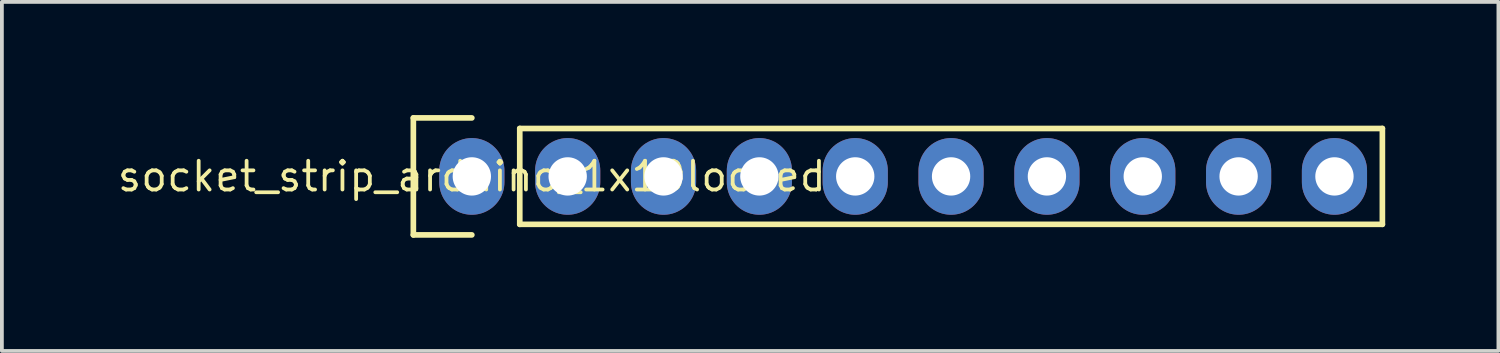
<source format=kicad_pcb>
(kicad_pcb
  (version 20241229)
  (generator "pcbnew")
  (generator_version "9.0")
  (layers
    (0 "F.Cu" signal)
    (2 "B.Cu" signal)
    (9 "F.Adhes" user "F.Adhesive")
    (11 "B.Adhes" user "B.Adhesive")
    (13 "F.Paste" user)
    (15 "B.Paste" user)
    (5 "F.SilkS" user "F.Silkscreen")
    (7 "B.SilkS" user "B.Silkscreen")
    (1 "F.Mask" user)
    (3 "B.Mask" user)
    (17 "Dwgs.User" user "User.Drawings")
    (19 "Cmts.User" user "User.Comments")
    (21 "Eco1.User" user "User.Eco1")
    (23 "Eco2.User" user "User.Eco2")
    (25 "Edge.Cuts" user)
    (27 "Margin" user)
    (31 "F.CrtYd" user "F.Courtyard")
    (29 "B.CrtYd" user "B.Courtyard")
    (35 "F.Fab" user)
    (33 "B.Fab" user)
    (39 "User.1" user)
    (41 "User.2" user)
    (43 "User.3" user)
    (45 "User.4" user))
  (footprint "socket_strip_arduino_1x10locked"
    (layer "F.Cu")
    (at 9.454 1.625)
    (property "Reference" "socket_strip_arduino_1x10locked" (at 0 0 0) (layer "F.SilkS") (effects (font (size 0.762 0.762) (thickness 0.1))))
    (attr through_hole)
    (fp_poly (pts (xy 1.014 -0.152) (xy 0.994 -0.35) (xy 0.936 -0.54) (xy 0.843 -0.716) (xy 0.717 -0.869) (xy 0.563 -0.995) (xy 0.388 -1.089) (xy 0.198 -1.147) (xy 0 -1.166) (xy -0.198 -1.147) (xy -0.388 -1.089) (xy -0.563 -0.995) (xy -0.717 -0.869) (xy -0.843 -0.716) (xy -0.936 -0.54) (xy -0.994 -0.35) (xy -1.014 -0.152) (xy -1.014 0.152) (xy -0.994 0.35) (xy -0.936 0.54) (xy -0.843 0.716) (xy -0.717 0.869) (xy -0.563 0.995) (xy -0.388 1.089) (xy -0.198 1.147) (xy 0 1.166) (xy 0.198 1.147) (xy 0.388 1.089) (xy 0.563 0.995) (xy 0.717 0.869) (xy 0.843 0.716) (xy 0.936 0.54) (xy 0.994 0.35) (xy 1.014 0.152)) (stroke (width 0) (type solid)) (fill yes) (layer "F.Mask"))
    (fp_poly (pts (xy 3.554 -0.152) (xy 3.534 -0.35) (xy 3.476 -0.54) (xy 3.383 -0.716) (xy 3.257 -0.869) (xy 3.103 -0.995) (xy 2.928 -1.089) (xy 2.738 -1.147) (xy 2.54 -1.166) (xy 2.342 -1.147) (xy 2.152 -1.089) (xy 1.977 -0.995) (xy 1.823 -0.869) (xy 1.697 -0.716) (xy 1.604 -0.54) (xy 1.546 -0.35) (xy 1.526 -0.152) (xy 1.526 0.152) (xy 1.546 0.35) (xy 1.604 0.54) (xy 1.697 0.716) (xy 1.823 0.869) (xy 1.977 0.995) (xy 2.152 1.089) (xy 2.342 1.147) (xy 2.54 1.166) (xy 2.738 1.147) (xy 2.928 1.089) (xy 3.103 0.995) (xy 3.257 0.869) (xy 3.383 0.716) (xy 3.476 0.54) (xy 3.534 0.35) (xy 3.554 0.152)) (stroke (width 0) (type solid)) (fill yes) (layer "F.Mask"))
    (fp_poly (pts (xy 6.094 -0.152) (xy 6.074 -0.35) (xy 6.016 -0.54) (xy 5.923 -0.716) (xy 5.797 -0.869) (xy 5.643 -0.995) (xy 5.468 -1.089) (xy 5.278 -1.147) (xy 5.08 -1.166) (xy 4.882 -1.147) (xy 4.692 -1.089) (xy 4.517 -0.995) (xy 4.363 -0.869) (xy 4.237 -0.716) (xy 4.144 -0.54) (xy 4.086 -0.35) (xy 4.066 -0.152) (xy 4.066 0.152) (xy 4.086 0.35) (xy 4.144 0.54) (xy 4.237 0.716) (xy 4.363 0.869) (xy 4.517 0.995) (xy 4.692 1.089) (xy 4.882 1.147) (xy 5.08 1.166) (xy 5.278 1.147) (xy 5.468 1.089) (xy 5.643 0.995) (xy 5.797 0.869) (xy 5.923 0.716) (xy 6.016 0.54) (xy 6.074 0.35) (xy 6.094 0.152)) (stroke (width 0) (type solid)) (fill yes) (layer "F.Mask"))
    (fp_poly (pts (xy 8.634 -0.152) (xy 8.614 -0.35) (xy 8.556 -0.54) (xy 8.463 -0.716) (xy 8.337 -0.869) (xy 8.183 -0.995) (xy 8.008 -1.089) (xy 7.818 -1.147) (xy 7.62 -1.166) (xy 7.422 -1.147) (xy 7.232 -1.089) (xy 7.057 -0.995) (xy 6.903 -0.869) (xy 6.777 -0.716) (xy 6.684 -0.54) (xy 6.626 -0.35) (xy 6.606 -0.152) (xy 6.606 0.152) (xy 6.626 0.35) (xy 6.684 0.54) (xy 6.777 0.716) (xy 6.903 0.869) (xy 7.057 0.995) (xy 7.232 1.089) (xy 7.422 1.147) (xy 7.62 1.166) (xy 7.818 1.147) (xy 8.008 1.089) (xy 8.183 0.995) (xy 8.337 0.869) (xy 8.463 0.716) (xy 8.556 0.54) (xy 8.614 0.35) (xy 8.634 0.152)) (stroke (width 0) (type solid)) (fill yes) (layer "F.Mask"))
    (fp_poly (pts (xy 11.174 -0.152) (xy 11.154 -0.35) (xy 11.096 -0.54) (xy 11.003 -0.716) (xy 10.877 -0.869) (xy 10.723 -0.995) (xy 10.548 -1.089) (xy 10.358 -1.147) (xy 10.16 -1.166) (xy 9.962 -1.147) (xy 9.772 -1.089) (xy 9.597 -0.995) (xy 9.443 -0.869) (xy 9.317 -0.716) (xy 9.224 -0.54) (xy 9.166 -0.35) (xy 9.146 -0.152) (xy 9.146 0.152) (xy 9.166 0.35) (xy 9.224 0.54) (xy 9.317 0.716) (xy 9.443 0.869) (xy 9.597 0.995) (xy 9.772 1.089) (xy 9.962 1.147) (xy 10.16 1.166) (xy 10.358 1.147) (xy 10.548 1.089) (xy 10.723 0.995) (xy 10.877 0.869) (xy 11.003 0.716) (xy 11.096 0.54) (xy 11.154 0.35) (xy 11.174 0.152)) (stroke (width 0) (type solid)) (fill yes) (layer "F.Mask"))
    (fp_poly (pts (xy 13.714 -0.152) (xy 13.694 -0.35) (xy 13.636 -0.54) (xy 13.543 -0.716) (xy 13.417 -0.869) (xy 13.263 -0.995) (xy 13.088 -1.089) (xy 12.898 -1.147) (xy 12.7 -1.166) (xy 12.502 -1.147) (xy 12.312 -1.089) (xy 12.137 -0.995) (xy 11.983 -0.869) (xy 11.857 -0.716) (xy 11.764 -0.54) (xy 11.706 -0.35) (xy 11.686 -0.152) (xy 11.686 0.152) (xy 11.706 0.35) (xy 11.764 0.54) (xy 11.857 0.716) (xy 11.983 0.869) (xy 12.137 0.995) (xy 12.312 1.089) (xy 12.502 1.147) (xy 12.7 1.166) (xy 12.898 1.147) (xy 13.088 1.089) (xy 13.263 0.995) (xy 13.417 0.869) (xy 13.543 0.716) (xy 13.636 0.54) (xy 13.694 0.35) (xy 13.714 0.152)) (stroke (width 0) (type solid)) (fill yes) (layer "F.Mask"))
    (fp_poly (pts (xy 16.254 -0.152) (xy 16.234 -0.35) (xy 16.176 -0.54) (xy 16.083 -0.716) (xy 15.957 -0.869) (xy 15.803 -0.995) (xy 15.628 -1.089) (xy 15.438 -1.147) (xy 15.24 -1.166) (xy 15.042 -1.147) (xy 14.852 -1.089) (xy 14.677 -0.995) (xy 14.523 -0.869) (xy 14.397 -0.716) (xy 14.304 -0.54) (xy 14.246 -0.35) (xy 14.226 -0.152) (xy 14.226 0.152) (xy 14.246 0.35) (xy 14.304 0.54) (xy 14.397 0.716) (xy 14.523 0.869) (xy 14.677 0.995) (xy 14.852 1.089) (xy 15.042 1.147) (xy 15.24 1.166) (xy 15.438 1.147) (xy 15.628 1.089) (xy 15.803 0.995) (xy 15.957 0.869) (xy 16.083 0.716) (xy 16.176 0.54) (xy 16.234 0.35) (xy 16.254 0.152)) (stroke (width 0) (type solid)) (fill yes) (layer "F.Mask"))
    (fp_poly (pts (xy 18.794 -0.152) (xy 18.774 -0.35) (xy 18.716 -0.54) (xy 18.623 -0.716) (xy 18.497 -0.869) (xy 18.343 -0.995) (xy 18.168 -1.089) (xy 17.978 -1.147) (xy 17.78 -1.166) (xy 17.582 -1.147) (xy 17.392 -1.089) (xy 17.217 -0.995) (xy 17.063 -0.869) (xy 16.937 -0.716) (xy 16.844 -0.54) (xy 16.786 -0.35) (xy 16.766 -0.152) (xy 16.766 0.152) (xy 16.786 0.35) (xy 16.844 0.54) (xy 16.937 0.716) (xy 17.063 0.869) (xy 17.217 0.995) (xy 17.392 1.089) (xy 17.582 1.147) (xy 17.78 1.166) (xy 17.978 1.147) (xy 18.168 1.089) (xy 18.343 0.995) (xy 18.497 0.869) (xy 18.623 0.716) (xy 18.716 0.54) (xy 18.774 0.35) (xy 18.794 0.152)) (stroke (width 0) (type solid)) (fill yes) (layer "F.Mask"))
    (fp_poly (pts (xy 21.334 -0.152) (xy 21.314 -0.35) (xy 21.256 -0.54) (xy 21.163 -0.716) (xy 21.037 -0.869) (xy 20.883 -0.995) (xy 20.708 -1.089) (xy 20.518 -1.147) (xy 20.32 -1.166) (xy 20.122 -1.147) (xy 19.932 -1.089) (xy 19.757 -0.995) (xy 19.603 -0.869) (xy 19.477 -0.716) (xy 19.384 -0.54) (xy 19.326 -0.35) (xy 19.306 -0.152) (xy 19.306 0.152) (xy 19.326 0.35) (xy 19.384 0.54) (xy 19.477 0.716) (xy 19.603 0.869) (xy 19.757 0.995) (xy 19.932 1.089) (xy 20.122 1.147) (xy 20.32 1.166) (xy 20.518 1.147) (xy 20.708 1.089) (xy 20.883 0.995) (xy 21.037 0.869) (xy 21.163 0.716) (xy 21.256 0.54) (xy 21.314 0.35) (xy 21.334 0.152)) (stroke (width 0) (type solid)) (fill yes) (layer "F.Mask"))
    (fp_poly (pts (xy 23.874 -0.152) (xy 23.854 -0.35) (xy 23.796 -0.54) (xy 23.703 -0.716) (xy 23.577 -0.869) (xy 23.423 -0.995) (xy 23.248 -1.089) (xy 23.058 -1.147) (xy 22.86 -1.166) (xy 22.662 -1.147) (xy 22.472 -1.089) (xy 22.297 -0.995) (xy 22.143 -0.869) (xy 22.017 -0.716) (xy 21.924 -0.54) (xy 21.866 -0.35) (xy 21.846 -0.152) (xy 21.846 0.152) (xy 21.866 0.35) (xy 21.924 0.54) (xy 22.017 0.716) (xy 22.143 0.869) (xy 22.297 0.995) (xy 22.472 1.089) (xy 22.662 1.147) (xy 22.86 1.166) (xy 23.058 1.147) (xy 23.248 1.089) (xy 23.423 0.995) (xy 23.577 0.869) (xy 23.703 0.716) (xy 23.796 0.54) (xy 23.854 0.35) (xy 23.874 0.152)) (stroke (width 0) (type solid)) (fill yes) (layer "F.Mask"))
    (fp_poly (pts (xy 1.014 -0.152) (xy 0.994 -0.35) (xy 0.936 -0.54) (xy 0.843 -0.716) (xy 0.717 -0.869) (xy 0.563 -0.995) (xy 0.388 -1.089) (xy 0.198 -1.147) (xy 0 -1.166) (xy -0.198 -1.147) (xy -0.388 -1.089) (xy -0.563 -0.995) (xy -0.717 -0.869) (xy -0.843 -0.716) (xy -0.936 -0.54) (xy -0.994 -0.35) (xy -1.014 -0.152) (xy -1.014 0.152) (xy -0.994 0.35) (xy -0.936 0.54) (xy -0.843 0.716) (xy -0.717 0.869) (xy -0.563 0.995) (xy -0.388 1.089) (xy -0.198 1.147) (xy 0 1.166) (xy 0.198 1.147) (xy 0.388 1.089) (xy 0.563 0.995) (xy 0.717 0.869) (xy 0.843 0.716) (xy 0.936 0.54) (xy 0.994 0.35) (xy 1.014 0.152)) (stroke (width 0) (type solid)) (fill yes) (layer "B.Mask"))
    (fp_poly (pts (xy 3.554 -0.152) (xy 3.534 -0.35) (xy 3.476 -0.54) (xy 3.383 -0.716) (xy 3.257 -0.869) (xy 3.103 -0.995) (xy 2.928 -1.089) (xy 2.738 -1.147) (xy 2.54 -1.166) (xy 2.342 -1.147) (xy 2.152 -1.089) (xy 1.977 -0.995) (xy 1.823 -0.869) (xy 1.697 -0.716) (xy 1.604 -0.54) (xy 1.546 -0.35) (xy 1.526 -0.152) (xy 1.526 0.152) (xy 1.546 0.35) (xy 1.604 0.54) (xy 1.697 0.716) (xy 1.823 0.869) (xy 1.977 0.995) (xy 2.152 1.089) (xy 2.342 1.147) (xy 2.54 1.166) (xy 2.738 1.147) (xy 2.928 1.089) (xy 3.103 0.995) (xy 3.257 0.869) (xy 3.383 0.716) (xy 3.476 0.54) (xy 3.534 0.35) (xy 3.554 0.152)) (stroke (width 0) (type solid)) (fill yes) (layer "B.Mask"))
    (fp_poly (pts (xy 6.094 -0.152) (xy 6.074 -0.35) (xy 6.016 -0.54) (xy 5.923 -0.716) (xy 5.797 -0.869) (xy 5.643 -0.995) (xy 5.468 -1.089) (xy 5.278 -1.147) (xy 5.08 -1.166) (xy 4.882 -1.147) (xy 4.692 -1.089) (xy 4.517 -0.995) (xy 4.363 -0.869) (xy 4.237 -0.716) (xy 4.144 -0.54) (xy 4.086 -0.35) (xy 4.066 -0.152) (xy 4.066 0.152) (xy 4.086 0.35) (xy 4.144 0.54) (xy 4.237 0.716) (xy 4.363 0.869) (xy 4.517 0.995) (xy 4.692 1.089) (xy 4.882 1.147) (xy 5.08 1.166) (xy 5.278 1.147) (xy 5.468 1.089) (xy 5.643 0.995) (xy 5.797 0.869) (xy 5.923 0.716) (xy 6.016 0.54) (xy 6.074 0.35) (xy 6.094 0.152)) (stroke (width 0) (type solid)) (fill yes) (layer "B.Mask"))
    (fp_poly (pts (xy 8.634 -0.152) (xy 8.614 -0.35) (xy 8.556 -0.54) (xy 8.463 -0.716) (xy 8.337 -0.869) (xy 8.183 -0.995) (xy 8.008 -1.089) (xy 7.818 -1.147) (xy 7.62 -1.166) (xy 7.422 -1.147) (xy 7.232 -1.089) (xy 7.057 -0.995) (xy 6.903 -0.869) (xy 6.777 -0.716) (xy 6.684 -0.54) (xy 6.626 -0.35) (xy 6.606 -0.152) (xy 6.606 0.152) (xy 6.626 0.35) (xy 6.684 0.54) (xy 6.777 0.716) (xy 6.903 0.869) (xy 7.057 0.995) (xy 7.232 1.089) (xy 7.422 1.147) (xy 7.62 1.166) (xy 7.818 1.147) (xy 8.008 1.089) (xy 8.183 0.995) (xy 8.337 0.869) (xy 8.463 0.716) (xy 8.556 0.54) (xy 8.614 0.35) (xy 8.634 0.152)) (stroke (width 0) (type solid)) (fill yes) (layer "B.Mask"))
    (fp_poly (pts (xy 11.174 -0.152) (xy 11.154 -0.35) (xy 11.096 -0.54) (xy 11.003 -0.716) (xy 10.877 -0.869) (xy 10.723 -0.995) (xy 10.548 -1.089) (xy 10.358 -1.147) (xy 10.16 -1.166) (xy 9.962 -1.147) (xy 9.772 -1.089) (xy 9.597 -0.995) (xy 9.443 -0.869) (xy 9.317 -0.716) (xy 9.224 -0.54) (xy 9.166 -0.35) (xy 9.146 -0.152) (xy 9.146 0.152) (xy 9.166 0.35) (xy 9.224 0.54) (xy 9.317 0.716) (xy 9.443 0.869) (xy 9.597 0.995) (xy 9.772 1.089) (xy 9.962 1.147) (xy 10.16 1.166) (xy 10.358 1.147) (xy 10.548 1.089) (xy 10.723 0.995) (xy 10.877 0.869) (xy 11.003 0.716) (xy 11.096 0.54) (xy 11.154 0.35) (xy 11.174 0.152)) (stroke (width 0) (type solid)) (fill yes) (layer "B.Mask"))
    (fp_poly (pts (xy 13.714 -0.152) (xy 13.694 -0.35) (xy 13.636 -0.54) (xy 13.543 -0.716) (xy 13.417 -0.869) (xy 13.263 -0.995) (xy 13.088 -1.089) (xy 12.898 -1.147) (xy 12.7 -1.166) (xy 12.502 -1.147) (xy 12.312 -1.089) (xy 12.137 -0.995) (xy 11.983 -0.869) (xy 11.857 -0.716) (xy 11.764 -0.54) (xy 11.706 -0.35) (xy 11.686 -0.152) (xy 11.686 0.152) (xy 11.706 0.35) (xy 11.764 0.54) (xy 11.857 0.716) (xy 11.983 0.869) (xy 12.137 0.995) (xy 12.312 1.089) (xy 12.502 1.147) (xy 12.7 1.166) (xy 12.898 1.147) (xy 13.088 1.089) (xy 13.263 0.995) (xy 13.417 0.869) (xy 13.543 0.716) (xy 13.636 0.54) (xy 13.694 0.35) (xy 13.714 0.152)) (stroke (width 0) (type solid)) (fill yes) (layer "B.Mask"))
    (fp_poly (pts (xy 16.254 -0.152) (xy 16.234 -0.35) (xy 16.176 -0.54) (xy 16.083 -0.716) (xy 15.957 -0.869) (xy 15.803 -0.995) (xy 15.628 -1.089) (xy 15.438 -1.147) (xy 15.24 -1.166) (xy 15.042 -1.147) (xy 14.852 -1.089) (xy 14.677 -0.995) (xy 14.523 -0.869) (xy 14.397 -0.716) (xy 14.304 -0.54) (xy 14.246 -0.35) (xy 14.226 -0.152) (xy 14.226 0.152) (xy 14.246 0.35) (xy 14.304 0.54) (xy 14.397 0.716) (xy 14.523 0.869) (xy 14.677 0.995) (xy 14.852 1.089) (xy 15.042 1.147) (xy 15.24 1.166) (xy 15.438 1.147) (xy 15.628 1.089) (xy 15.803 0.995) (xy 15.957 0.869) (xy 16.083 0.716) (xy 16.176 0.54) (xy 16.234 0.35) (xy 16.254 0.152)) (stroke (width 0) (type solid)) (fill yes) (layer "B.Mask"))
    (fp_poly (pts (xy 18.794 -0.152) (xy 18.774 -0.35) (xy 18.716 -0.54) (xy 18.623 -0.716) (xy 18.497 -0.869) (xy 18.343 -0.995) (xy 18.168 -1.089) (xy 17.978 -1.147) (xy 17.78 -1.166) (xy 17.582 -1.147) (xy 17.392 -1.089) (xy 17.217 -0.995) (xy 17.063 -0.869) (xy 16.937 -0.716) (xy 16.844 -0.54) (xy 16.786 -0.35) (xy 16.766 -0.152) (xy 16.766 0.152) (xy 16.786 0.35) (xy 16.844 0.54) (xy 16.937 0.716) (xy 17.063 0.869) (xy 17.217 0.995) (xy 17.392 1.089) (xy 17.582 1.147) (xy 17.78 1.166) (xy 17.978 1.147) (xy 18.168 1.089) (xy 18.343 0.995) (xy 18.497 0.869) (xy 18.623 0.716) (xy 18.716 0.54) (xy 18.774 0.35) (xy 18.794 0.152)) (stroke (width 0) (type solid)) (fill yes) (layer "B.Mask"))
    (fp_poly (pts (xy 21.334 -0.152) (xy 21.314 -0.35) (xy 21.256 -0.54) (xy 21.163 -0.716) (xy 21.037 -0.869) (xy 20.883 -0.995) (xy 20.708 -1.089) (xy 20.518 -1.147) (xy 20.32 -1.166) (xy 20.122 -1.147) (xy 19.932 -1.089) (xy 19.757 -0.995) (xy 19.603 -0.869) (xy 19.477 -0.716) (xy 19.384 -0.54) (xy 19.326 -0.35) (xy 19.306 -0.152) (xy 19.306 0.152) (xy 19.326 0.35) (xy 19.384 0.54) (xy 19.477 0.716) (xy 19.603 0.869) (xy 19.757 0.995) (xy 19.932 1.089) (xy 20.122 1.147) (xy 20.32 1.166) (xy 20.518 1.147) (xy 20.708 1.089) (xy 20.883 0.995) (xy 21.037 0.869) (xy 21.163 0.716) (xy 21.256 0.54) (xy 21.314 0.35) (xy 21.334 0.152)) (stroke (width 0) (type solid)) (fill yes) (layer "B.Mask"))
    (fp_poly (pts (xy 23.874 -0.152) (xy 23.854 -0.35) (xy 23.796 -0.54) (xy 23.703 -0.716) (xy 23.577 -0.869) (xy 23.423 -0.995) (xy 23.248 -1.089) (xy 23.058 -1.147) (xy 22.86 -1.166) (xy 22.662 -1.147) (xy 22.472 -1.089) (xy 22.297 -0.995) (xy 22.143 -0.869) (xy 22.017 -0.716) (xy 21.924 -0.54) (xy 21.866 -0.35) (xy 21.846 -0.152) (xy 21.846 0.152) (xy 21.866 0.35) (xy 21.924 0.54) (xy 22.017 0.716) (xy 22.143 0.869) (xy 22.297 0.995) (xy 22.472 1.089) (xy 22.662 1.147) (xy 22.86 1.166) (xy 23.058 1.147) (xy 23.248 1.089) (xy 23.423 0.995) (xy 23.577 0.869) (xy 23.703 0.716) (xy 23.796 0.54) (xy 23.854 0.35) (xy 23.874 0.152)) (stroke (width 0) (type solid)) (fill yes) (layer "B.Mask"))
    (fp_line (start -1.55 -1.55) (end -1.55 1.55) (stroke (width 0.15) (type solid)) (layer "F.SilkS"))
    (fp_line (start -1.55 1.55) (end 0 1.55) (stroke (width 0.15) (type solid)) (layer "F.SilkS"))
    (fp_line (start 0 -1.55) (end -1.55 -1.55) (stroke (width 0.15) (type solid)) (layer "F.SilkS"))
    (fp_line (start 1.27 1.27) (end 1.27 -1.27) (stroke (width 0.15) (type solid)) (layer "F.SilkS"))
    (fp_line (start 1.27 1.27) (end 24.13 1.27) (stroke (width 0.15) (type solid)) (layer "F.SilkS"))
    (fp_line (start 24.13 -1.27) (end 1.27 -1.27) (stroke (width 0.15) (type solid)) (layer "F.SilkS"))
    (fp_line (start 24.13 1.27) (end 24.13 -1.27) (stroke (width 0.15) (type solid)) (layer "F.SilkS"))
    (pad "1" thru_hole oval (at 0 0) (size 1.727 2.032) (drill 1.016) (layers "*.Cu"))
    (pad "2" thru_hole oval (at 2.54 0) (size 1.727 2.032) (drill 1.016) (layers "*.Cu"))
    (pad "3" thru_hole oval (at 5.08 0) (size 1.727 2.032) (drill 1.016) (layers "*.Cu"))
    (pad "4" thru_hole oval (at 7.62 0) (size 1.727 2.032) (drill 1.016) (layers "*.Cu"))
    (pad "5" thru_hole oval (at 10.16 0) (size 1.727 2.032) (drill 1.016) (layers "*.Cu"))
    (pad "6" thru_hole oval (at 12.7 0) (size 1.727 2.032) (drill 1.016) (layers "*.Cu"))
    (pad "7" thru_hole oval (at 15.24 0) (size 1.727 2.032) (drill 1.016) (layers "*.Cu"))
    (pad "8" thru_hole oval (at 17.78 0) (size 1.727 2.032) (drill 1.016) (layers "*.Cu"))
    (pad "9" thru_hole oval (at 20.32 0) (size 1.727 2.032) (drill 1.016) (layers "*.Cu"))
    (pad "10" thru_hole oval (at 22.86 0) (size 1.727 2.032) (drill 1.016) (layers "*.Cu")))
  (gr_rect
    (start -3 -3)
    (end 36.659 6.25)
    (stroke (width 0.1) (type default))
    (fill no)
    (layer "Edge.Cuts")))
</source>
